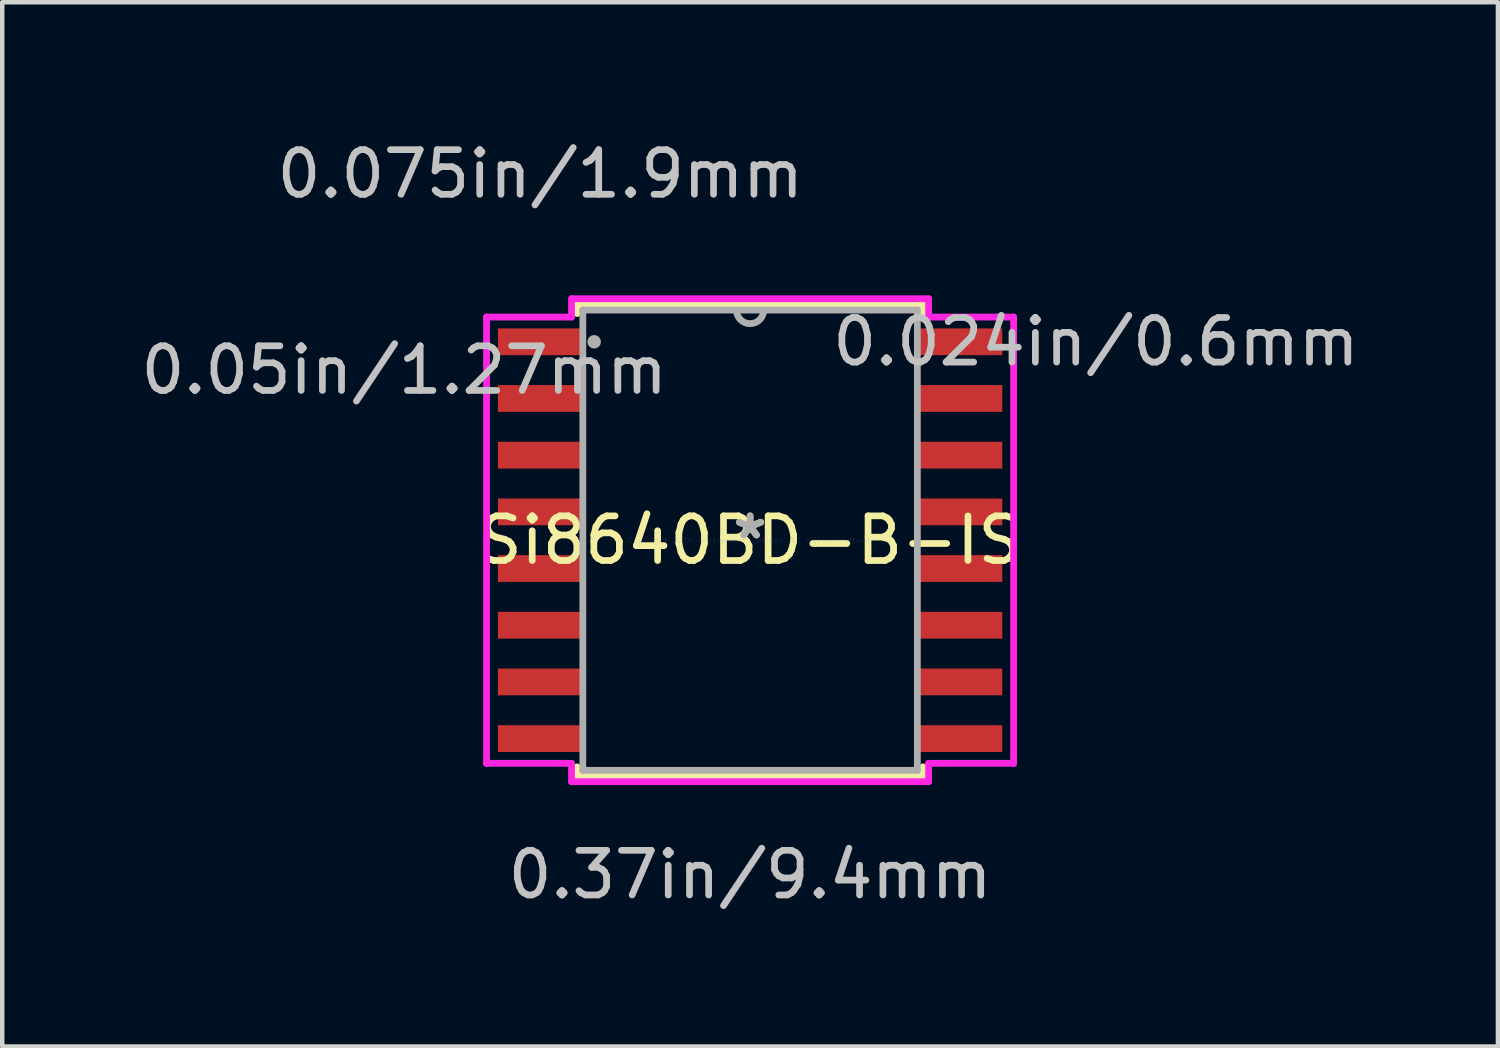
<source format=kicad_pcb>
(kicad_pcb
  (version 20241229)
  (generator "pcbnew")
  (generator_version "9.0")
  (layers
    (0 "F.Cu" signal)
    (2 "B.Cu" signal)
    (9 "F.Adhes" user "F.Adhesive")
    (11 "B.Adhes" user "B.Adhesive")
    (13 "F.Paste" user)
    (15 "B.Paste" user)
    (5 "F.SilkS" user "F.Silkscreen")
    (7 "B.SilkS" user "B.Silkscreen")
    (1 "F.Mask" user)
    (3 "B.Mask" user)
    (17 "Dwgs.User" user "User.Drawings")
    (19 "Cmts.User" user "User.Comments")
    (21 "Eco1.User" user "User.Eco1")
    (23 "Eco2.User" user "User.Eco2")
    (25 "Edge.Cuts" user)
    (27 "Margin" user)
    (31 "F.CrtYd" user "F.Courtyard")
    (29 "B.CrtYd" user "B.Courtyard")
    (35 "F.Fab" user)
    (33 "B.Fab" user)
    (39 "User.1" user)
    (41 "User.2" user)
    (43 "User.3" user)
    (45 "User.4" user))
  (footprint "Si8640BD-B-IS"
    (layer "F.Cu")
    (at 13.754 9.052)
    (property "Reference" "Si8640BD-B-IS" (at 0 0 0) (layer "F.SilkS") (effects (font (size 1 1) (thickness 0.15))))
    (attr through_hole)
    (fp_line (start -3.873 -5.283) (end -3.873 -5.078) (stroke (width 0.152) (type solid)) (layer "F.SilkS"))
    (fp_line (start -3.873 5.078) (end -3.873 5.283) (stroke (width 0.152) (type solid)) (layer "F.SilkS"))
    (fp_line (start -3.873 5.283) (end 3.873 5.283) (stroke (width 0.152) (type solid)) (layer "F.SilkS"))
    (fp_line (start 3.873 -5.283) (end -3.873 -5.283) (stroke (width 0.152) (type solid)) (layer "F.SilkS"))
    (fp_line (start 3.873 -5.078) (end 3.873 -5.283) (stroke (width 0.152) (type solid)) (layer "F.SilkS"))
    (fp_line (start 3.873 5.283) (end 3.873 5.078) (stroke (width 0.152) (type solid)) (layer "F.SilkS"))
    (fp_line (start -5.904 -4.999) (end -4 -4.999) (stroke (width 0.152) (type solid)) (layer "F.CrtYd"))
    (fp_line (start -5.904 4.999) (end -5.904 -4.999) (stroke (width 0.152) (type solid)) (layer "F.CrtYd"))
    (fp_line (start -4 -5.41) (end 4 -5.41) (stroke (width 0.152) (type solid)) (layer "F.CrtYd"))
    (fp_line (start -4 -4.999) (end -4 -5.41) (stroke (width 0.152) (type solid)) (layer "F.CrtYd"))
    (fp_line (start -4 4.999) (end -5.904 4.999) (stroke (width 0.152) (type solid)) (layer "F.CrtYd"))
    (fp_line (start -4 5.41) (end -4 4.999) (stroke (width 0.152) (type solid)) (layer "F.CrtYd"))
    (fp_line (start 4 -5.41) (end 4 -4.999) (stroke (width 0.152) (type solid)) (layer "F.CrtYd"))
    (fp_line (start 4 -4.999) (end 5.904 -4.999) (stroke (width 0.152) (type solid)) (layer "F.CrtYd"))
    (fp_line (start 4 4.999) (end 4 5.41) (stroke (width 0.152) (type solid)) (layer "F.CrtYd"))
    (fp_line (start 4 5.41) (end -4 5.41) (stroke (width 0.152) (type solid)) (layer "F.CrtYd"))
    (fp_line (start 5.904 -4.999) (end 5.904 4.999) (stroke (width 0.152) (type solid)) (layer "F.CrtYd"))
    (fp_line (start 5.904 4.999) (end 4 4.999) (stroke (width 0.152) (type solid)) (layer "F.CrtYd"))
    (fp_line (start -3.747 -5.156) (end -3.747 5.156) (stroke (width 0.152) (type solid)) (layer "F.Fab"))
    (fp_line (start -3.747 5.156) (end 3.747 5.156) (stroke (width 0.152) (type solid)) (layer "F.Fab"))
    (fp_line (start 3.747 -5.156) (end -3.747 -5.156) (stroke (width 0.152) (type solid)) (layer "F.Fab"))
    (fp_line (start 3.747 5.156) (end 3.747 -5.156) (stroke (width 0.152) (type solid)) (layer "F.Fab"))
    (fp_arc (start 0.3048 -5.1562) (mid 0 -4.8514) (end -0.3048 -5.1562) (stroke (width 0.1524) (type solid)) (layer "F.Fab"))
    (fp_circle (center -3.493 -4.445) (end -3.493 -4.445) (stroke (width 0.152) (type solid)) (fill no) (layer "F.Fab"))
    (fp_text user "*" (at 0 0 0) (layer "F.SilkS") (effects (font (size 1 1) (thickness 0.15))))
    (fp_text user "0.05in/1.27mm" (at -7.748 -3.81 0) (layer "Dwgs.User") (effects (font (size 1 1) (thickness 0.15))))
    (fp_text user "0.024in/0.6mm" (at 7.748 -4.445 0) (layer "Dwgs.User") (effects (font (size 1 1) (thickness 0.15))))
    (fp_text user "0.075in/1.9mm" (at -4.7 -8.204 0) (layer "Dwgs.User") (effects (font (size 1 1) (thickness 0.15))))
    (fp_text user "0.37in/9.4mm" (at 0 7.493 0) (layer "Dwgs.User") (effects (font (size 1 1) (thickness 0.15))))
    (fp_text user "Copyright 2016 Accelerated Designs. All rights reserved." (at 0 0 0) (layer "Cmts.User") (effects (font (size 0.127 0.127) (thickness 0.002))))
    (fp_text user "*" (at 0 0 0) (layer "F.Fab") (effects (font (size 1 1) (thickness 0.15))))
    (pad "1" smd rect (at -4.7 -4.445) (size 1.9 0.6) (layers "F.Cu" "F.Mask" "F.Paste"))
    (pad "2" smd rect (at -4.7 -3.175) (size 1.9 0.6) (layers "F.Cu" "F.Mask" "F.Paste"))
    (pad "3" smd rect (at -4.7 -1.905) (size 1.9 0.6) (layers "F.Cu" "F.Mask" "F.Paste"))
    (pad "4" smd rect (at -4.7 -0.635) (size 1.9 0.6) (layers "F.Cu" "F.Mask" "F.Paste"))
    (pad "5" smd rect (at -4.7 0.635) (size 1.9 0.6) (layers "F.Cu" "F.Mask" "F.Paste"))
    (pad "6" smd rect (at -4.7 1.905) (size 1.9 0.6) (layers "F.Cu" "F.Mask" "F.Paste"))
    (pad "7" smd rect (at -4.7 3.175) (size 1.9 0.6) (layers "F.Cu" "F.Mask" "F.Paste"))
    (pad "8" smd rect (at -4.7 4.445) (size 1.9 0.6) (layers "F.Cu" "F.Mask" "F.Paste"))
    (pad "9" smd rect (at 4.7 4.445) (size 1.9 0.6) (layers "F.Cu" "F.Mask" "F.Paste"))
    (pad "10" smd rect (at 4.7 3.175) (size 1.9 0.6) (layers "F.Cu" "F.Mask" "F.Paste"))
    (pad "11" smd rect (at 4.7 1.905) (size 1.9 0.6) (layers "F.Cu" "F.Mask" "F.Paste"))
    (pad "12" smd rect (at 4.7 0.635) (size 1.9 0.6) (layers "F.Cu" "F.Mask" "F.Paste"))
    (pad "13" smd rect (at 4.7 -0.635) (size 1.9 0.6) (layers "F.Cu" "F.Mask" "F.Paste"))
    (pad "14" smd rect (at 4.7 -1.905) (size 1.9 0.6) (layers "F.Cu" "F.Mask" "F.Paste"))
    (pad "15" smd rect (at 4.7 -3.175) (size 1.9 0.6) (layers "F.Cu" "F.Mask" "F.Paste"))
    (pad "16" smd rect (at 4.7 -4.445) (size 1.9 0.6) (layers "F.Cu" "F.Mask" "F.Paste")))
  (gr_rect
    (start -3 -3)
    (end 30.508 20.394)
    (stroke (width 0.1) (type default))
    (fill no)
    (layer "Edge.Cuts")))
</source>
